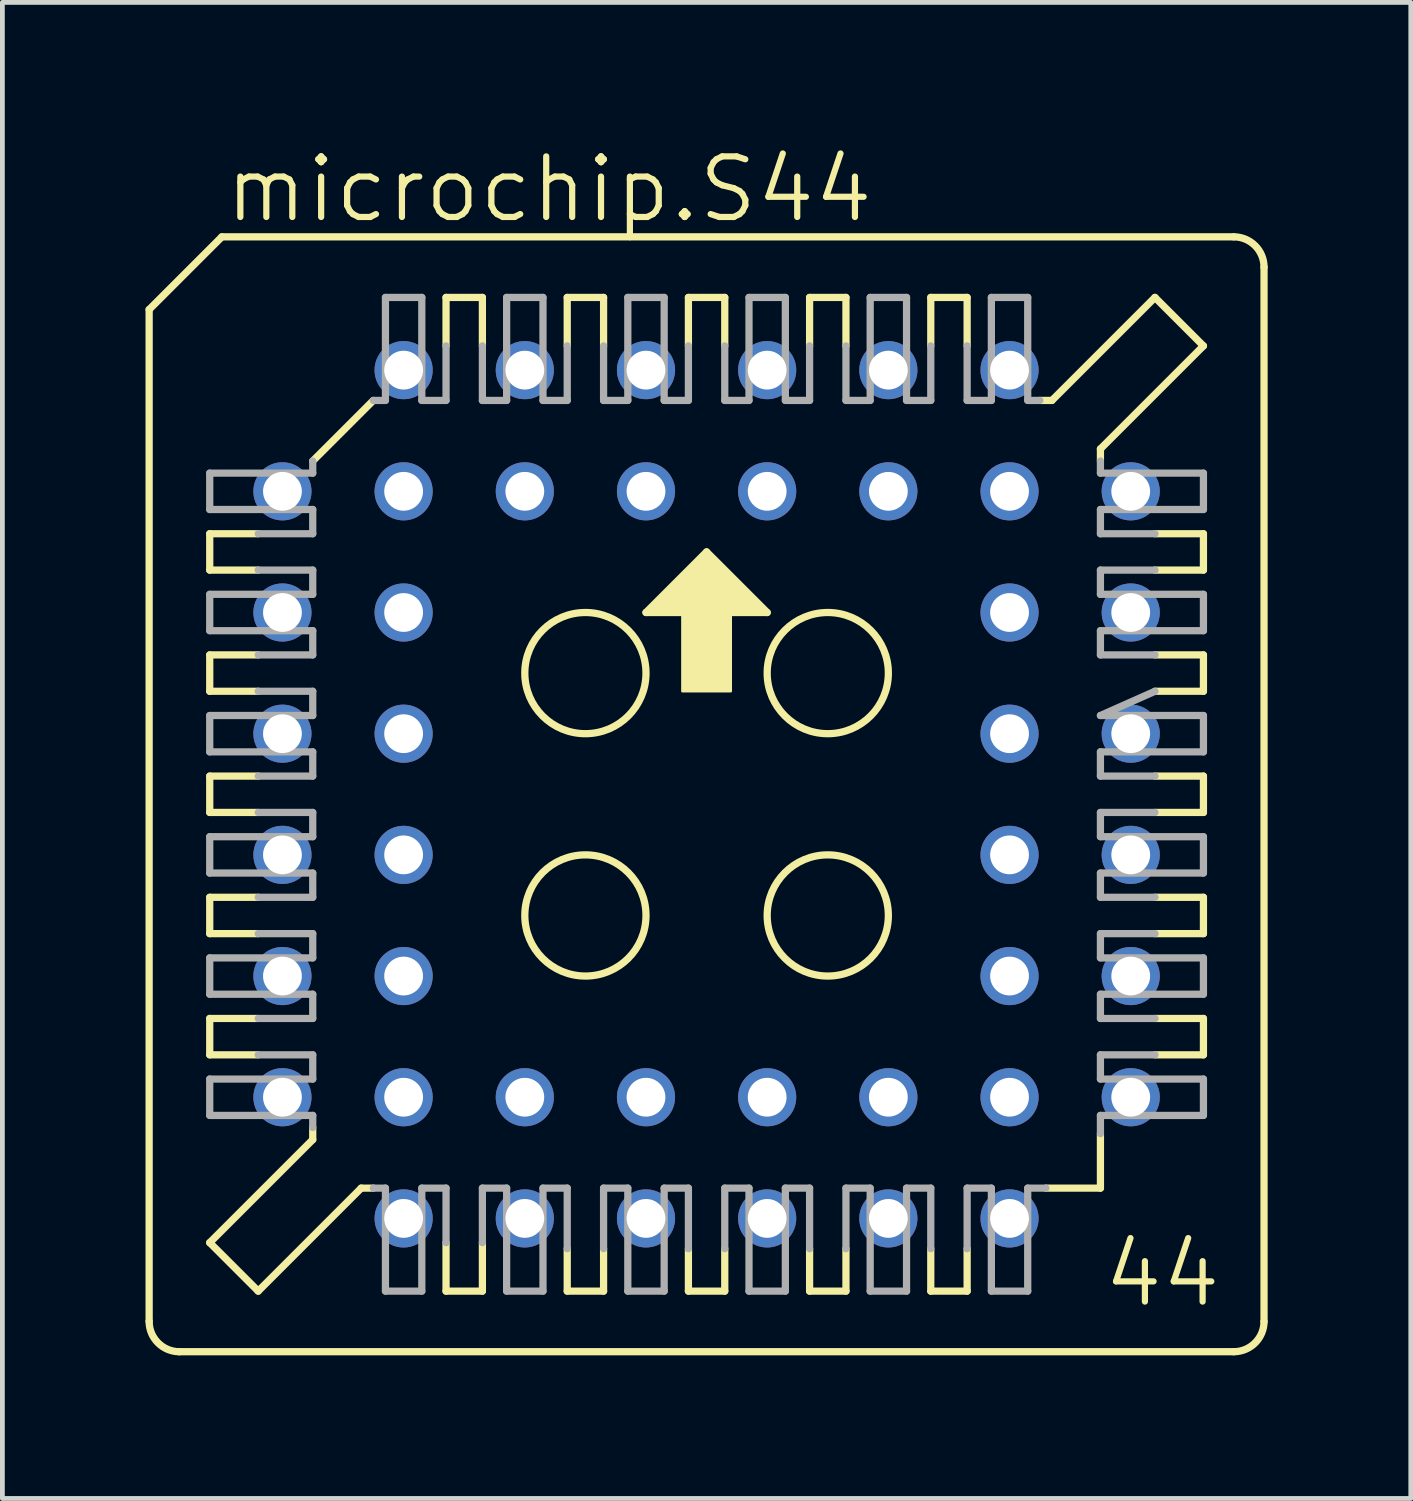
<source format=kicad_pcb>
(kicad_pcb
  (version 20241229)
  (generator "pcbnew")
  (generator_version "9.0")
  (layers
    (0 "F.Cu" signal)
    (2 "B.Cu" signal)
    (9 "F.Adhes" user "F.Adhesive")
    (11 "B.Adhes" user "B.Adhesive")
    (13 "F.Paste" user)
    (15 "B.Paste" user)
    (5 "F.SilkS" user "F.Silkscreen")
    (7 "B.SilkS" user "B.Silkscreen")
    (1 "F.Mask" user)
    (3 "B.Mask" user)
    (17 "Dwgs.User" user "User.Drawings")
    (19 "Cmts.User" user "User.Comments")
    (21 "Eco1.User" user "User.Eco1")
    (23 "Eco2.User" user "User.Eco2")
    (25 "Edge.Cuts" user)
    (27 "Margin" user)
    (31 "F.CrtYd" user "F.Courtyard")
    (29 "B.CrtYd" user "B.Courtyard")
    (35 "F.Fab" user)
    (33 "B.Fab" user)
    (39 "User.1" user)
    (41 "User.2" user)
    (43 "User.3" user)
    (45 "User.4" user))
  (footprint "microchip.S44"
    (layer "F.Cu")
    (at 11.76 13.598)
    (property "Reference" "microchip.S44" (at -10.16 -11.938 0) (layer "F.SilkS") (effects (font (size 1.27 1.27) (thickness 0.13)) (justify left bottom)))
    (attr through_hole)
    (fp_line (start -11.684 -10.16) (end -11.684 11.049) (stroke (width 0.152) (type default)) (layer "F.SilkS"))
    (fp_line (start -10.414 -5.461) (end -10.414 -4.699) (stroke (width 0.152) (type default)) (layer "F.SilkS"))
    (fp_line (start -10.414 -5.461) (end -9.398 -5.461) (stroke (width 0.152) (type default)) (layer "F.SilkS"))
    (fp_line (start -10.414 -2.921) (end -10.414 -2.159) (stroke (width 0.152) (type default)) (layer "F.SilkS"))
    (fp_line (start -10.414 -2.921) (end -9.398 -2.921) (stroke (width 0.152) (type default)) (layer "F.SilkS"))
    (fp_line (start -10.414 0.381) (end -10.414 -0.381) (stroke (width 0.152) (type default)) (layer "F.SilkS"))
    (fp_line (start -10.414 0.381) (end -9.398 0.381) (stroke (width 0.152) (type default)) (layer "F.SilkS"))
    (fp_line (start -10.414 2.921) (end -10.414 2.159) (stroke (width 0.152) (type default)) (layer "F.SilkS"))
    (fp_line (start -10.414 2.921) (end -9.398 2.921) (stroke (width 0.152) (type default)) (layer "F.SilkS"))
    (fp_line (start -10.414 5.461) (end -10.414 4.699) (stroke (width 0.152) (type default)) (layer "F.SilkS"))
    (fp_line (start -10.414 5.461) (end -9.398 5.461) (stroke (width 0.152) (type default)) (layer "F.SilkS"))
    (fp_line (start -10.414 9.398) (end -8.255 7.239) (stroke (width 0.152) (type default)) (layer "F.SilkS"))
    (fp_line (start -10.16 -11.684) (end -11.684 -10.16) (stroke (width 0.152) (type default)) (layer "F.SilkS"))
    (fp_line (start -9.398 -4.699) (end -10.414 -4.699) (stroke (width 0.152) (type default)) (layer "F.SilkS"))
    (fp_line (start -9.398 -2.159) (end -10.414 -2.159) (stroke (width 0.152) (type default)) (layer "F.SilkS"))
    (fp_line (start -9.398 -0.381) (end -10.414 -0.381) (stroke (width 0.152) (type default)) (layer "F.SilkS"))
    (fp_line (start -9.398 2.159) (end -10.414 2.159) (stroke (width 0.152) (type default)) (layer "F.SilkS"))
    (fp_line (start -9.398 4.699) (end -10.414 4.699) (stroke (width 0.152) (type default)) (layer "F.SilkS"))
    (fp_line (start -9.398 10.414) (end -10.414 9.398) (stroke (width 0.152) (type default)) (layer "F.SilkS"))
    (fp_line (start -9.398 10.414) (end -7.239 8.255) (stroke (width 0.152) (type default)) (layer "F.SilkS"))
    (fp_line (start -8.255 -6.985) (end -6.985 -8.255) (stroke (width 0.152) (type default)) (layer "F.SilkS"))
    (fp_line (start -8.255 7.239) (end -8.255 6.985) (stroke (width 0.152) (type default)) (layer "F.SilkS"))
    (fp_line (start -7.239 8.255) (end -6.985 8.255) (stroke (width 0.152) (type default)) (layer "F.SilkS"))
    (fp_line (start -5.461 -9.398) (end -5.461 -10.414) (stroke (width 0.152) (type default)) (layer "F.SilkS"))
    (fp_line (start -5.461 9.398) (end -5.461 10.414) (stroke (width 0.152) (type default)) (layer "F.SilkS"))
    (fp_line (start -5.461 10.414) (end -4.699 10.414) (stroke (width 0.152) (type default)) (layer "F.SilkS"))
    (fp_line (start -4.699 -10.414) (end -5.461 -10.414) (stroke (width 0.152) (type default)) (layer "F.SilkS"))
    (fp_line (start -4.699 -10.414) (end -4.699 -9.398) (stroke (width 0.152) (type default)) (layer "F.SilkS"))
    (fp_line (start -4.699 10.414) (end -4.699 9.398) (stroke (width 0.152) (type default)) (layer "F.SilkS"))
    (fp_line (start -2.921 -9.398) (end -2.921 -10.414) (stroke (width 0.152) (type default)) (layer "F.SilkS"))
    (fp_line (start -2.921 9.525) (end -2.921 10.414) (stroke (width 0.152) (type default)) (layer "F.SilkS"))
    (fp_line (start -2.921 10.414) (end -2.159 10.414) (stroke (width 0.152) (type default)) (layer "F.SilkS"))
    (fp_line (start -2.159 -10.414) (end -2.921 -10.414) (stroke (width 0.152) (type default)) (layer "F.SilkS"))
    (fp_line (start -2.159 -10.414) (end -2.159 -9.398) (stroke (width 0.152) (type default)) (layer "F.SilkS"))
    (fp_line (start -2.159 10.414) (end -2.159 9.525) (stroke (width 0.152) (type default)) (layer "F.SilkS"))
    (fp_line (start -1.27 -3.81) (end 1.27 -3.81) (stroke (width 0.152) (type default)) (layer "F.SilkS"))
    (fp_line (start -0.381 -9.398) (end -0.381 -10.414) (stroke (width 0.152) (type default)) (layer "F.SilkS"))
    (fp_line (start -0.381 9.525) (end -0.381 10.414) (stroke (width 0.152) (type default)) (layer "F.SilkS"))
    (fp_line (start -0.381 10.414) (end 0.381 10.414) (stroke (width 0.152) (type default)) (layer "F.SilkS"))
    (fp_line (start 0 -5.08) (end -1.27 -3.81) (stroke (width 0.152) (type default)) (layer "F.SilkS"))
    (fp_line (start 0.381 -10.414) (end -0.381 -10.414) (stroke (width 0.152) (type default)) (layer "F.SilkS"))
    (fp_line (start 0.381 -10.414) (end 0.381 -9.398) (stroke (width 0.152) (type default)) (layer "F.SilkS"))
    (fp_line (start 0.381 10.414) (end 0.381 9.525) (stroke (width 0.152) (type default)) (layer "F.SilkS"))
    (fp_line (start 1.27 -3.81) (end 0 -5.08) (stroke (width 0.152) (type default)) (layer "F.SilkS"))
    (fp_line (start 2.159 -9.398) (end 2.159 -10.414) (stroke (width 0.152) (type default)) (layer "F.SilkS"))
    (fp_line (start 2.159 9.525) (end 2.159 10.414) (stroke (width 0.152) (type default)) (layer "F.SilkS"))
    (fp_line (start 2.159 10.414) (end 2.921 10.414) (stroke (width 0.152) (type default)) (layer "F.SilkS"))
    (fp_line (start 2.921 -10.414) (end 2.159 -10.414) (stroke (width 0.152) (type default)) (layer "F.SilkS"))
    (fp_line (start 2.921 -10.414) (end 2.921 -9.398) (stroke (width 0.152) (type default)) (layer "F.SilkS"))
    (fp_line (start 2.921 10.414) (end 2.921 9.525) (stroke (width 0.152) (type default)) (layer "F.SilkS"))
    (fp_line (start 4.699 -9.398) (end 4.699 -10.414) (stroke (width 0.152) (type default)) (layer "F.SilkS"))
    (fp_line (start 4.699 9.525) (end 4.699 10.414) (stroke (width 0.152) (type default)) (layer "F.SilkS"))
    (fp_line (start 4.699 10.414) (end 5.461 10.414) (stroke (width 0.152) (type default)) (layer "F.SilkS"))
    (fp_line (start 5.461 -10.414) (end 4.699 -10.414) (stroke (width 0.152) (type default)) (layer "F.SilkS"))
    (fp_line (start 5.461 -10.414) (end 5.461 -9.398) (stroke (width 0.152) (type default)) (layer "F.SilkS"))
    (fp_line (start 5.461 10.414) (end 5.461 9.525) (stroke (width 0.152) (type default)) (layer "F.SilkS"))
    (fp_line (start 7.112 8.255) (end 8.255 8.255) (stroke (width 0.152) (type default)) (layer "F.SilkS"))
    (fp_line (start 7.239 -8.255) (end 6.985 -8.255) (stroke (width 0.152) (type default)) (layer "F.SilkS"))
    (fp_line (start 8.255 -7.239) (end 8.255 -6.985) (stroke (width 0.152) (type default)) (layer "F.SilkS"))
    (fp_line (start 8.255 8.255) (end 8.255 7.112) (stroke (width 0.152) (type default)) (layer "F.SilkS"))
    (fp_line (start 9.398 -10.414) (end 7.239 -8.255) (stroke (width 0.152) (type default)) (layer "F.SilkS"))
    (fp_line (start 9.398 -4.699) (end 10.414 -4.699) (stroke (width 0.152) (type default)) (layer "F.SilkS"))
    (fp_line (start 9.398 -2.159) (end 10.414 -2.159) (stroke (width 0.152) (type default)) (layer "F.SilkS"))
    (fp_line (start 9.398 0.381) (end 10.414 0.381) (stroke (width 0.152) (type default)) (layer "F.SilkS"))
    (fp_line (start 9.398 2.159) (end 10.414 2.159) (stroke (width 0.152) (type default)) (layer "F.SilkS"))
    (fp_line (start 9.398 4.699) (end 10.414 4.699) (stroke (width 0.152) (type default)) (layer "F.SilkS"))
    (fp_line (start 10.414 -9.398) (end 8.255 -7.239) (stroke (width 0.152) (type default)) (layer "F.SilkS"))
    (fp_line (start 10.414 -9.398) (end 9.398 -10.414) (stroke (width 0.152) (type default)) (layer "F.SilkS"))
    (fp_line (start 10.414 -5.461) (end 9.398 -5.461) (stroke (width 0.152) (type default)) (layer "F.SilkS"))
    (fp_line (start 10.414 -5.461) (end 10.414 -4.699) (stroke (width 0.152) (type default)) (layer "F.SilkS"))
    (fp_line (start 10.414 -2.921) (end 9.398 -2.921) (stroke (width 0.152) (type default)) (layer "F.SilkS"))
    (fp_line (start 10.414 -2.921) (end 10.414 -2.159) (stroke (width 0.152) (type default)) (layer "F.SilkS"))
    (fp_line (start 10.414 -0.381) (end 9.398 -0.381) (stroke (width 0.152) (type default)) (layer "F.SilkS"))
    (fp_line (start 10.414 -0.381) (end 10.414 0.381) (stroke (width 0.152) (type default)) (layer "F.SilkS"))
    (fp_line (start 10.414 2.921) (end 9.398 2.921) (stroke (width 0.152) (type default)) (layer "F.SilkS"))
    (fp_line (start 10.414 2.921) (end 10.414 2.159) (stroke (width 0.152) (type default)) (layer "F.SilkS"))
    (fp_line (start 10.414 5.461) (end 9.398 5.461) (stroke (width 0.152) (type default)) (layer "F.SilkS"))
    (fp_line (start 10.414 5.461) (end 10.414 4.699) (stroke (width 0.152) (type default)) (layer "F.SilkS"))
    (fp_line (start 11.049 -11.684) (end -10.16 -11.684) (stroke (width 0.152) (type default)) (layer "F.SilkS"))
    (fp_line (start 11.049 11.684) (end -11.049 11.684) (stroke (width 0.152) (type default)) (layer "F.SilkS"))
    (fp_line (start 11.684 -11.049) (end 11.684 11.049) (stroke (width 0.152) (type default)) (layer "F.SilkS"))
    (fp_rect (start -1.143 -3.81) (end -0.889 -3.937) (stroke (width 0.05) (type default)) (fill yes) (layer "F.SilkS"))
    (fp_rect (start -1.016 -3.937) (end -0.889 -4.064) (stroke (width 0.05) (type default)) (fill yes) (layer "F.SilkS"))
    (fp_rect (start -0.889 -3.81) (end 0.889 -4.191) (stroke (width 0.05) (type default)) (fill yes) (layer "F.SilkS"))
    (fp_rect (start -0.762 -4.191) (end -0.635 -4.318) (stroke (width 0.05) (type default)) (fill yes) (layer "F.SilkS"))
    (fp_rect (start -0.635 -4.191) (end 0.635 -4.445) (stroke (width 0.05) (type default)) (fill yes) (layer "F.SilkS"))
    (fp_rect (start -0.508 -4.445) (end -0.381 -4.572) (stroke (width 0.05) (type default)) (fill yes) (layer "F.SilkS"))
    (fp_rect (start -0.508 -2.159) (end 0.508 -4.064) (stroke (width 0.05) (type default)) (fill yes) (layer "F.SilkS"))
    (fp_rect (start -0.381 -4.445) (end 0.381 -4.699) (stroke (width 0.05) (type default)) (fill yes) (layer "F.SilkS"))
    (fp_rect (start -0.254 -4.699) (end -0.127 -4.826) (stroke (width 0.05) (type default)) (fill yes) (layer "F.SilkS"))
    (fp_rect (start -0.127 -4.699) (end 0.127 -4.953) (stroke (width 0.05) (type default)) (fill yes) (layer "F.SilkS"))
    (fp_rect (start 0.127 -4.699) (end 0.254 -4.826) (stroke (width 0.05) (type default)) (fill yes) (layer "F.SilkS"))
    (fp_rect (start 0.381 -4.445) (end 0.508 -4.572) (stroke (width 0.05) (type default)) (fill yes) (layer "F.SilkS"))
    (fp_rect (start 0.635 -4.191) (end 0.762 -4.318) (stroke (width 0.05) (type default)) (fill yes) (layer "F.SilkS"))
    (fp_rect (start 0.889 -3.937) (end 1.016 -4.064) (stroke (width 0.05) (type default)) (fill yes) (layer "F.SilkS"))
    (fp_rect (start 0.889 -3.81) (end 1.143 -3.937) (stroke (width 0.05) (type default)) (fill yes) (layer "F.SilkS"))
    (fp_arc (start -11.049 11.684) (mid -11.498013 11.498013) (end -11.684 11.049) (stroke (width 0.1524) (type default)) (layer "F.SilkS"))
    (fp_arc (start 11.049 -11.684) (mid 11.498013 -11.498013) (end 11.684 -11.049) (stroke (width 0.1524) (type default)) (layer "F.SilkS"))
    (fp_arc (start 11.684 11.049) (mid 11.498013 11.498013) (end 11.049 11.684) (stroke (width 0.1524) (type default)) (layer "F.SilkS"))
    (fp_circle (center -2.54 -2.54) (end -1.27 -2.54) (stroke (width 0.152) (type default)) (fill no) (layer "F.SilkS"))
    (fp_circle (center -2.54 2.54) (end -1.27 2.54) (stroke (width 0.152) (type default)) (fill no) (layer "F.SilkS"))
    (fp_circle (center 2.54 -2.54) (end 3.81 -2.54) (stroke (width 0.152) (type default)) (fill no) (layer "F.SilkS"))
    (fp_circle (center 2.54 2.54) (end 3.81 2.54) (stroke (width 0.152) (type default)) (fill no) (layer "F.SilkS"))
    (fp_line (start -10.414 -6.731) (end -10.414 -5.969) (stroke (width 0.152) (type default)) (layer "F.Fab"))
    (fp_line (start -10.414 -6.731) (end -8.255 -6.731) (stroke (width 0.152) (type default)) (layer "F.Fab"))
    (fp_line (start -10.414 -4.191) (end -10.414 -3.429) (stroke (width 0.152) (type default)) (layer "F.Fab"))
    (fp_line (start -10.414 -4.191) (end -8.255 -4.191) (stroke (width 0.152) (type default)) (layer "F.Fab"))
    (fp_line (start -10.414 -0.889) (end -10.414 -1.651) (stroke (width 0.152) (type default)) (layer "F.Fab"))
    (fp_line (start -10.414 -0.889) (end -8.255 -0.889) (stroke (width 0.152) (type default)) (layer "F.Fab"))
    (fp_line (start -10.414 1.651) (end -10.414 0.889) (stroke (width 0.152) (type default)) (layer "F.Fab"))
    (fp_line (start -10.414 1.651) (end -8.255 1.651) (stroke (width 0.152) (type default)) (layer "F.Fab"))
    (fp_line (start -10.414 4.191) (end -10.414 3.429) (stroke (width 0.152) (type default)) (layer "F.Fab"))
    (fp_line (start -10.414 4.191) (end -8.255 4.191) (stroke (width 0.152) (type default)) (layer "F.Fab"))
    (fp_line (start -10.414 6.731) (end -10.414 5.969) (stroke (width 0.152) (type default)) (layer "F.Fab"))
    (fp_line (start -10.414 6.731) (end -8.255 6.731) (stroke (width 0.152) (type default)) (layer "F.Fab"))
    (fp_line (start -9.398 -4.699) (end -8.255 -4.699) (stroke (width 0.152) (type default)) (layer "F.Fab"))
    (fp_line (start -9.398 -2.159) (end -8.255 -2.159) (stroke (width 0.152) (type default)) (layer "F.Fab"))
    (fp_line (start -9.398 -0.381) (end -8.255 -0.381) (stroke (width 0.152) (type default)) (layer "F.Fab"))
    (fp_line (start -9.398 2.159) (end -8.255 2.159) (stroke (width 0.152) (type default)) (layer "F.Fab"))
    (fp_line (start -9.398 4.699) (end -8.255 4.699) (stroke (width 0.152) (type default)) (layer "F.Fab"))
    (fp_line (start -8.255 -6.731) (end -8.255 -6.985) (stroke (width 0.152) (type default)) (layer "F.Fab"))
    (fp_line (start -8.255 -5.969) (end -10.414 -5.969) (stroke (width 0.152) (type default)) (layer "F.Fab"))
    (fp_line (start -8.255 -5.969) (end -8.255 -5.461) (stroke (width 0.152) (type default)) (layer "F.Fab"))
    (fp_line (start -8.255 -5.461) (end -9.398 -5.461) (stroke (width 0.152) (type default)) (layer "F.Fab"))
    (fp_line (start -8.255 -4.699) (end -8.255 -4.191) (stroke (width 0.152) (type default)) (layer "F.Fab"))
    (fp_line (start -8.255 -3.429) (end -10.414 -3.429) (stroke (width 0.152) (type default)) (layer "F.Fab"))
    (fp_line (start -8.255 -3.429) (end -8.255 -2.921) (stroke (width 0.152) (type default)) (layer "F.Fab"))
    (fp_line (start -8.255 -2.921) (end -9.398 -2.921) (stroke (width 0.152) (type default)) (layer "F.Fab"))
    (fp_line (start -8.255 -2.159) (end -8.255 -1.651) (stroke (width 0.152) (type default)) (layer "F.Fab"))
    (fp_line (start -8.255 -1.651) (end -10.414 -1.651) (stroke (width 0.152) (type default)) (layer "F.Fab"))
    (fp_line (start -8.255 -0.381) (end -8.255 -0.889) (stroke (width 0.152) (type default)) (layer "F.Fab"))
    (fp_line (start -8.255 0.381) (end -9.398 0.381) (stroke (width 0.152) (type default)) (layer "F.Fab"))
    (fp_line (start -8.255 0.889) (end -10.414 0.889) (stroke (width 0.152) (type default)) (layer "F.Fab"))
    (fp_line (start -8.255 0.889) (end -8.255 0.381) (stroke (width 0.152) (type default)) (layer "F.Fab"))
    (fp_line (start -8.255 2.159) (end -8.255 1.651) (stroke (width 0.152) (type default)) (layer "F.Fab"))
    (fp_line (start -8.255 2.921) (end -9.398 2.921) (stroke (width 0.152) (type default)) (layer "F.Fab"))
    (fp_line (start -8.255 3.429) (end -10.414 3.429) (stroke (width 0.152) (type default)) (layer "F.Fab"))
    (fp_line (start -8.255 3.429) (end -8.255 2.921) (stroke (width 0.152) (type default)) (layer "F.Fab"))
    (fp_line (start -8.255 4.699) (end -8.255 4.191) (stroke (width 0.152) (type default)) (layer "F.Fab"))
    (fp_line (start -8.255 5.461) (end -9.398 5.461) (stroke (width 0.152) (type default)) (layer "F.Fab"))
    (fp_line (start -8.255 5.969) (end -10.414 5.969) (stroke (width 0.152) (type default)) (layer "F.Fab"))
    (fp_line (start -8.255 5.969) (end -8.255 5.461) (stroke (width 0.152) (type default)) (layer "F.Fab"))
    (fp_line (start -8.255 6.985) (end -8.255 6.731) (stroke (width 0.152) (type default)) (layer "F.Fab"))
    (fp_line (start -6.985 -8.255) (end -6.731 -8.255) (stroke (width 0.152) (type default)) (layer "F.Fab"))
    (fp_line (start -6.731 -8.255) (end -6.731 -10.414) (stroke (width 0.152) (type default)) (layer "F.Fab"))
    (fp_line (start -6.731 8.255) (end -6.985 8.255) (stroke (width 0.152) (type default)) (layer "F.Fab"))
    (fp_line (start -6.731 10.414) (end -6.731 8.255) (stroke (width 0.152) (type default)) (layer "F.Fab"))
    (fp_line (start -6.731 10.414) (end -5.969 10.414) (stroke (width 0.152) (type default)) (layer "F.Fab"))
    (fp_line (start -5.969 -10.414) (end -6.731 -10.414) (stroke (width 0.152) (type default)) (layer "F.Fab"))
    (fp_line (start -5.969 -10.414) (end -5.969 -8.255) (stroke (width 0.152) (type default)) (layer "F.Fab"))
    (fp_line (start -5.969 8.255) (end -5.969 10.414) (stroke (width 0.152) (type default)) (layer "F.Fab"))
    (fp_line (start -5.461 -9.398) (end -5.461 -8.255) (stroke (width 0.152) (type default)) (layer "F.Fab"))
    (fp_line (start -5.461 -8.255) (end -5.969 -8.255) (stroke (width 0.152) (type default)) (layer "F.Fab"))
    (fp_line (start -5.461 8.255) (end -5.969 8.255) (stroke (width 0.152) (type default)) (layer "F.Fab"))
    (fp_line (start -5.461 9.398) (end -5.461 8.255) (stroke (width 0.152) (type default)) (layer "F.Fab"))
    (fp_line (start -4.699 -8.255) (end -4.699 -9.398) (stroke (width 0.152) (type default)) (layer "F.Fab"))
    (fp_line (start -4.699 8.255) (end -4.699 9.398) (stroke (width 0.152) (type default)) (layer "F.Fab"))
    (fp_line (start -4.699 8.255) (end -4.191 8.255) (stroke (width 0.152) (type default)) (layer "F.Fab"))
    (fp_line (start -4.191 -8.255) (end -4.699 -8.255) (stroke (width 0.152) (type default)) (layer "F.Fab"))
    (fp_line (start -4.191 -8.255) (end -4.191 -10.414) (stroke (width 0.152) (type default)) (layer "F.Fab"))
    (fp_line (start -4.191 10.414) (end -4.191 8.255) (stroke (width 0.152) (type default)) (layer "F.Fab"))
    (fp_line (start -4.191 10.414) (end -3.429 10.414) (stroke (width 0.152) (type default)) (layer "F.Fab"))
    (fp_line (start -3.429 -10.414) (end -4.191 -10.414) (stroke (width 0.152) (type default)) (layer "F.Fab"))
    (fp_line (start -3.429 -10.414) (end -3.429 -8.255) (stroke (width 0.152) (type default)) (layer "F.Fab"))
    (fp_line (start -3.429 8.255) (end -3.429 10.414) (stroke (width 0.152) (type default)) (layer "F.Fab"))
    (fp_line (start -3.429 8.255) (end -2.921 8.255) (stroke (width 0.152) (type default)) (layer "F.Fab"))
    (fp_line (start -2.921 -9.398) (end -2.921 -8.255) (stroke (width 0.152) (type default)) (layer "F.Fab"))
    (fp_line (start -2.921 -8.255) (end -3.429 -8.255) (stroke (width 0.152) (type default)) (layer "F.Fab"))
    (fp_line (start -2.921 9.525) (end -2.921 8.255) (stroke (width 0.152) (type default)) (layer "F.Fab"))
    (fp_line (start -2.159 -8.255) (end -2.159 -9.398) (stroke (width 0.152) (type default)) (layer "F.Fab"))
    (fp_line (start -2.159 8.255) (end -2.159 9.525) (stroke (width 0.152) (type default)) (layer "F.Fab"))
    (fp_line (start -2.159 8.255) (end -1.651 8.255) (stroke (width 0.152) (type default)) (layer "F.Fab"))
    (fp_line (start -1.651 -8.255) (end -2.159 -8.255) (stroke (width 0.152) (type default)) (layer "F.Fab"))
    (fp_line (start -1.651 -8.255) (end -1.651 -10.414) (stroke (width 0.152) (type default)) (layer "F.Fab"))
    (fp_line (start -1.651 10.414) (end -1.651 8.255) (stroke (width 0.152) (type default)) (layer "F.Fab"))
    (fp_line (start -1.651 10.414) (end -0.889 10.414) (stroke (width 0.152) (type default)) (layer "F.Fab"))
    (fp_line (start -0.889 -10.414) (end -1.651 -10.414) (stroke (width 0.152) (type default)) (layer "F.Fab"))
    (fp_line (start -0.889 -10.414) (end -0.889 -8.255) (stroke (width 0.152) (type default)) (layer "F.Fab"))
    (fp_line (start -0.889 8.255) (end -0.889 10.414) (stroke (width 0.152) (type default)) (layer "F.Fab"))
    (fp_line (start -0.889 8.255) (end -0.381 8.255) (stroke (width 0.152) (type default)) (layer "F.Fab"))
    (fp_line (start -0.381 -9.398) (end -0.381 -8.255) (stroke (width 0.152) (type default)) (layer "F.Fab"))
    (fp_line (start -0.381 -8.255) (end -0.889 -8.255) (stroke (width 0.152) (type default)) (layer "F.Fab"))
    (fp_line (start -0.381 9.525) (end -0.381 8.255) (stroke (width 0.152) (type default)) (layer "F.Fab"))
    (fp_line (start 0.381 -8.255) (end 0.381 -9.398) (stroke (width 0.152) (type default)) (layer "F.Fab"))
    (fp_line (start 0.381 8.255) (end 0.381 9.525) (stroke (width 0.152) (type default)) (layer "F.Fab"))
    (fp_line (start 0.381 8.255) (end 0.889 8.255) (stroke (width 0.152) (type default)) (layer "F.Fab"))
    (fp_line (start 0.889 -8.255) (end 0.381 -8.255) (stroke (width 0.152) (type default)) (layer "F.Fab"))
    (fp_line (start 0.889 -8.255) (end 0.889 -10.414) (stroke (width 0.152) (type default)) (layer "F.Fab"))
    (fp_line (start 0.889 10.414) (end 0.889 8.255) (stroke (width 0.152) (type default)) (layer "F.Fab"))
    (fp_line (start 0.889 10.414) (end 1.651 10.414) (stroke (width 0.152) (type default)) (layer "F.Fab"))
    (fp_line (start 1.651 -10.414) (end 0.889 -10.414) (stroke (width 0.152) (type default)) (layer "F.Fab"))
    (fp_line (start 1.651 -10.414) (end 1.651 -8.255) (stroke (width 0.152) (type default)) (layer "F.Fab"))
    (fp_line (start 1.651 8.255) (end 1.651 10.414) (stroke (width 0.152) (type default)) (layer "F.Fab"))
    (fp_line (start 1.651 8.255) (end 2.159 8.255) (stroke (width 0.152) (type default)) (layer "F.Fab"))
    (fp_line (start 2.159 -9.398) (end 2.159 -8.255) (stroke (width 0.152) (type default)) (layer "F.Fab"))
    (fp_line (start 2.159 -8.255) (end 1.651 -8.255) (stroke (width 0.152) (type default)) (layer "F.Fab"))
    (fp_line (start 2.159 9.525) (end 2.159 8.255) (stroke (width 0.152) (type default)) (layer "F.Fab"))
    (fp_line (start 2.921 -8.255) (end 2.921 -9.398) (stroke (width 0.152) (type default)) (layer "F.Fab"))
    (fp_line (start 2.921 8.255) (end 2.921 9.525) (stroke (width 0.152) (type default)) (layer "F.Fab"))
    (fp_line (start 2.921 8.255) (end 3.429 8.255) (stroke (width 0.152) (type default)) (layer "F.Fab"))
    (fp_line (start 3.429 -8.255) (end 2.921 -8.255) (stroke (width 0.152) (type default)) (layer "F.Fab"))
    (fp_line (start 3.429 -8.255) (end 3.429 -10.414) (stroke (width 0.152) (type default)) (layer "F.Fab"))
    (fp_line (start 3.429 10.414) (end 3.429 8.255) (stroke (width 0.152) (type default)) (layer "F.Fab"))
    (fp_line (start 3.429 10.414) (end 4.191 10.414) (stroke (width 0.152) (type default)) (layer "F.Fab"))
    (fp_line (start 4.191 -10.414) (end 3.429 -10.414) (stroke (width 0.152) (type default)) (layer "F.Fab"))
    (fp_line (start 4.191 -10.414) (end 4.191 -8.255) (stroke (width 0.152) (type default)) (layer "F.Fab"))
    (fp_line (start 4.191 8.255) (end 4.191 10.414) (stroke (width 0.152) (type default)) (layer "F.Fab"))
    (fp_line (start 4.191 8.255) (end 4.699 8.255) (stroke (width 0.152) (type default)) (layer "F.Fab"))
    (fp_line (start 4.699 -9.398) (end 4.699 -8.255) (stroke (width 0.152) (type default)) (layer "F.Fab"))
    (fp_line (start 4.699 -8.255) (end 4.191 -8.255) (stroke (width 0.152) (type default)) (layer "F.Fab"))
    (fp_line (start 4.699 9.525) (end 4.699 8.255) (stroke (width 0.152) (type default)) (layer "F.Fab"))
    (fp_line (start 5.461 -8.255) (end 5.461 -9.398) (stroke (width 0.152) (type default)) (layer "F.Fab"))
    (fp_line (start 5.461 8.255) (end 5.461 9.525) (stroke (width 0.152) (type default)) (layer "F.Fab"))
    (fp_line (start 5.461 8.255) (end 5.969 8.255) (stroke (width 0.152) (type default)) (layer "F.Fab"))
    (fp_line (start 5.969 -8.255) (end 5.461 -8.255) (stroke (width 0.152) (type default)) (layer "F.Fab"))
    (fp_line (start 5.969 -8.255) (end 5.969 -10.414) (stroke (width 0.152) (type default)) (layer "F.Fab"))
    (fp_line (start 5.969 10.414) (end 5.969 8.255) (stroke (width 0.152) (type default)) (layer "F.Fab"))
    (fp_line (start 5.969 10.414) (end 6.731 10.414) (stroke (width 0.152) (type default)) (layer "F.Fab"))
    (fp_line (start 6.731 -10.414) (end 5.969 -10.414) (stroke (width 0.152) (type default)) (layer "F.Fab"))
    (fp_line (start 6.731 -10.414) (end 6.731 -8.255) (stroke (width 0.152) (type default)) (layer "F.Fab"))
    (fp_line (start 6.731 -8.255) (end 6.985 -8.255) (stroke (width 0.152) (type default)) (layer "F.Fab"))
    (fp_line (start 6.731 8.255) (end 6.731 10.414) (stroke (width 0.152) (type default)) (layer "F.Fab"))
    (fp_line (start 7.112 8.255) (end 6.731 8.255) (stroke (width 0.152) (type default)) (layer "F.Fab"))
    (fp_line (start 8.255 -6.731) (end 8.255 -6.985) (stroke (width 0.152) (type default)) (layer "F.Fab"))
    (fp_line (start 8.255 -5.969) (end 8.255 -5.461) (stroke (width 0.152) (type default)) (layer "F.Fab"))
    (fp_line (start 8.255 -5.969) (end 10.414 -5.969) (stroke (width 0.152) (type default)) (layer "F.Fab"))
    (fp_line (start 8.255 -5.461) (end 9.398 -5.461) (stroke (width 0.152) (type default)) (layer "F.Fab"))
    (fp_line (start 8.255 -4.699) (end 8.255 -4.191) (stroke (width 0.152) (type default)) (layer "F.Fab"))
    (fp_line (start 8.255 -3.429) (end 8.255 -2.921) (stroke (width 0.152) (type default)) (layer "F.Fab"))
    (fp_line (start 8.255 -3.429) (end 10.414 -3.429) (stroke (width 0.152) (type default)) (layer "F.Fab"))
    (fp_line (start 8.255 -2.921) (end 9.398 -2.921) (stroke (width 0.152) (type default)) (layer "F.Fab"))
    (fp_line (start 8.255 -0.889) (end 8.255 -0.381) (stroke (width 0.152) (type default)) (layer "F.Fab"))
    (fp_line (start 8.255 -0.889) (end 10.414 -0.889) (stroke (width 0.152) (type default)) (layer "F.Fab"))
    (fp_line (start 8.255 -0.381) (end 9.398 -0.381) (stroke (width 0.152) (type default)) (layer "F.Fab"))
    (fp_line (start 8.255 0.381) (end 8.255 0.889) (stroke (width 0.152) (type default)) (layer "F.Fab"))
    (fp_line (start 8.255 1.651) (end 8.255 2.159) (stroke (width 0.152) (type default)) (layer "F.Fab"))
    (fp_line (start 8.255 1.651) (end 10.414 1.651) (stroke (width 0.152) (type default)) (layer "F.Fab"))
    (fp_line (start 8.255 2.159) (end 9.398 2.159) (stroke (width 0.152) (type default)) (layer "F.Fab"))
    (fp_line (start 8.255 2.921) (end 9.398 2.921) (stroke (width 0.152) (type default)) (layer "F.Fab"))
    (fp_line (start 8.255 3.429) (end 8.255 2.921) (stroke (width 0.152) (type default)) (layer "F.Fab"))
    (fp_line (start 8.255 3.429) (end 10.414 3.429) (stroke (width 0.152) (type default)) (layer "F.Fab"))
    (fp_line (start 8.255 4.699) (end 8.255 4.191) (stroke (width 0.152) (type default)) (layer "F.Fab"))
    (fp_line (start 8.255 5.461) (end 9.398 5.461) (stroke (width 0.152) (type default)) (layer "F.Fab"))
    (fp_line (start 8.255 5.969) (end 8.255 5.461) (stroke (width 0.152) (type default)) (layer "F.Fab"))
    (fp_line (start 8.255 5.969) (end 10.414 5.969) (stroke (width 0.152) (type default)) (layer "F.Fab"))
    (fp_line (start 8.255 6.731) (end 8.255 7.112) (stroke (width 0.152) (type default)) (layer "F.Fab"))
    (fp_line (start 9.398 -4.699) (end 8.255 -4.699) (stroke (width 0.152) (type default)) (layer "F.Fab"))
    (fp_line (start 9.398 -2.159) (end 8.255 -1.651) (stroke (width 0.152) (type default)) (layer "F.Fab"))
    (fp_line (start 9.398 0.381) (end 8.255 0.381) (stroke (width 0.152) (type default)) (layer "F.Fab"))
    (fp_line (start 9.398 4.699) (end 8.255 4.699) (stroke (width 0.152) (type default)) (layer "F.Fab"))
    (fp_line (start 10.414 -6.731) (end 8.255 -6.731) (stroke (width 0.152) (type default)) (layer "F.Fab"))
    (fp_line (start 10.414 -6.731) (end 10.414 -5.969) (stroke (width 0.152) (type default)) (layer "F.Fab"))
    (fp_line (start 10.414 -4.191) (end 8.255 -4.191) (stroke (width 0.152) (type default)) (layer "F.Fab"))
    (fp_line (start 10.414 -4.191) (end 10.414 -3.429) (stroke (width 0.152) (type default)) (layer "F.Fab"))
    (fp_line (start 10.414 -1.651) (end 8.255 -1.651) (stroke (width 0.152) (type default)) (layer "F.Fab"))
    (fp_line (start 10.414 -1.651) (end 10.414 -0.889) (stroke (width 0.152) (type default)) (layer "F.Fab"))
    (fp_line (start 10.414 0.889) (end 8.255 0.889) (stroke (width 0.152) (type default)) (layer "F.Fab"))
    (fp_line (start 10.414 0.889) (end 10.414 1.651) (stroke (width 0.152) (type default)) (layer "F.Fab"))
    (fp_line (start 10.414 4.191) (end 8.255 4.191) (stroke (width 0.152) (type default)) (layer "F.Fab"))
    (fp_line (start 10.414 4.191) (end 10.414 3.429) (stroke (width 0.152) (type default)) (layer "F.Fab"))
    (fp_line (start 10.414 6.731) (end 8.255 6.731) (stroke (width 0.152) (type default)) (layer "F.Fab"))
    (fp_line (start 10.414 6.731) (end 10.414 5.969) (stroke (width 0.152) (type default)) (layer "F.Fab"))
    (fp_text user "44" (at 8.255 10.795 0) (layer "F.SilkS") (effects (font (size 1.27 1.27) (thickness 0.13)) (justify left bottom)))
    (pad "1" thru_hole circle (at 1.27 -6.35) (size 1.219 1.219) (drill 0.813) (layers "*.Cu" "*.Mask"))
    (pad "2" thru_hole circle (at -1.27 -8.89) (size 1.219 1.219) (drill 0.813) (layers "*.Cu" "*.Mask"))
    (pad "3" thru_hole circle (at -1.27 -6.35) (size 1.219 1.219) (drill 0.813) (layers "*.Cu" "*.Mask"))
    (pad "4" thru_hole circle (at -3.81 -8.89) (size 1.219 1.219) (drill 0.813) (layers "*.Cu" "*.Mask"))
    (pad "5" thru_hole circle (at -3.81 -6.35) (size 1.219 1.219) (drill 0.813) (layers "*.Cu" "*.Mask"))
    (pad "6" thru_hole circle (at -6.35 -8.89) (size 1.219 1.219) (drill 0.813) (layers "*.Cu" "*.Mask"))
    (pad "7" thru_hole circle (at -8.89 -6.35) (size 1.219 1.219) (drill 0.813) (layers "*.Cu" "*.Mask"))
    (pad "8" thru_hole circle (at -6.35 -6.35) (size 1.219 1.219) (drill 0.813) (layers "*.Cu" "*.Mask"))
    (pad "9" thru_hole circle (at -8.89 -3.81) (size 1.219 1.219) (drill 0.813) (layers "*.Cu" "*.Mask"))
    (pad "10" thru_hole circle (at -6.35 -3.81) (size 1.219 1.219) (drill 0.813) (layers "*.Cu" "*.Mask"))
    (pad "11" thru_hole circle (at -8.89 -1.27) (size 1.219 1.219) (drill 0.813) (layers "*.Cu" "*.Mask"))
    (pad "12" thru_hole circle (at -6.35 -1.27) (size 1.219 1.219) (drill 0.813) (layers "*.Cu" "*.Mask"))
    (pad "13" thru_hole circle (at -8.89 1.27) (size 1.219 1.219) (drill 0.813) (layers "*.Cu" "*.Mask"))
    (pad "14" thru_hole circle (at -6.35 1.27) (size 1.219 1.219) (drill 0.813) (layers "*.Cu" "*.Mask"))
    (pad "15" thru_hole circle (at -8.89 3.81) (size 1.219 1.219) (drill 0.813) (layers "*.Cu" "*.Mask"))
    (pad "16" thru_hole circle (at -6.35 3.81) (size 1.219 1.219) (drill 0.813) (layers "*.Cu" "*.Mask"))
    (pad "17" thru_hole circle (at -8.89 6.35) (size 1.219 1.219) (drill 0.813) (layers "*.Cu" "*.Mask"))
    (pad "18" thru_hole circle (at -6.35 8.89) (size 1.219 1.219) (drill 0.813) (layers "*.Cu" "*.Mask"))
    (pad "19" thru_hole circle (at -6.35 6.35) (size 1.219 1.219) (drill 0.813) (layers "*.Cu" "*.Mask"))
    (pad "20" thru_hole circle (at -3.81 8.89) (size 1.219 1.219) (drill 0.813) (layers "*.Cu" "*.Mask"))
    (pad "21" thru_hole circle (at -3.81 6.35) (size 1.219 1.219) (drill 0.813) (layers "*.Cu" "*.Mask"))
    (pad "22" thru_hole circle (at -1.27 8.89) (size 1.219 1.219) (drill 0.813) (layers "*.Cu" "*.Mask"))
    (pad "23" thru_hole circle (at -1.27 6.35) (size 1.219 1.219) (drill 0.813) (layers "*.Cu" "*.Mask"))
    (pad "24" thru_hole circle (at 1.27 8.89) (size 1.219 1.219) (drill 0.813) (layers "*.Cu" "*.Mask"))
    (pad "25" thru_hole circle (at 1.27 6.35) (size 1.219 1.219) (drill 0.813) (layers "*.Cu" "*.Mask"))
    (pad "26" thru_hole circle (at 3.81 8.89) (size 1.219 1.219) (drill 0.813) (layers "*.Cu" "*.Mask"))
    (pad "27" thru_hole circle (at 3.81 6.35) (size 1.219 1.219) (drill 0.813) (layers "*.Cu" "*.Mask"))
    (pad "28" thru_hole circle (at 6.35 8.89) (size 1.219 1.219) (drill 0.813) (layers "*.Cu" "*.Mask"))
    (pad "29" thru_hole circle (at 8.89 6.35) (size 1.219 1.219) (drill 0.813) (layers "*.Cu" "*.Mask"))
    (pad "30" thru_hole circle (at 6.35 6.35) (size 1.219 1.219) (drill 0.813) (layers "*.Cu" "*.Mask"))
    (pad "31" thru_hole circle (at 8.89 3.81) (size 1.219 1.219) (drill 0.813) (layers "*.Cu" "*.Mask"))
    (pad "32" thru_hole circle (at 6.35 3.81) (size 1.219 1.219) (drill 0.813) (layers "*.Cu" "*.Mask"))
    (pad "33" thru_hole circle (at 8.89 1.27) (size 1.219 1.219) (drill 0.813) (layers "*.Cu" "*.Mask"))
    (pad "34" thru_hole circle (at 6.35 1.27) (size 1.219 1.219) (drill 0.813) (layers "*.Cu" "*.Mask"))
    (pad "35" thru_hole circle (at 8.89 -1.27) (size 1.219 1.219) (drill 0.813) (layers "*.Cu" "*.Mask"))
    (pad "36" thru_hole circle (at 6.35 -1.27) (size 1.219 1.219) (drill 0.813) (layers "*.Cu" "*.Mask"))
    (pad "37" thru_hole circle (at 8.89 -3.81) (size 1.219 1.219) (drill 0.813) (layers "*.Cu" "*.Mask"))
    (pad "38" thru_hole circle (at 6.35 -3.81) (size 1.219 1.219) (drill 0.813) (layers "*.Cu" "*.Mask"))
    (pad "39" thru_hole circle (at 8.89 -6.35) (size 1.219 1.219) (drill 0.813) (layers "*.Cu" "*.Mask"))
    (pad "40" thru_hole circle (at 6.35 -8.89) (size 1.219 1.219) (drill 0.813) (layers "*.Cu" "*.Mask"))
    (pad "41" thru_hole circle (at 6.35 -6.35) (size 1.219 1.219) (drill 0.813) (layers "*.Cu" "*.Mask"))
    (pad "42" thru_hole circle (at 3.81 -8.89) (size 1.219 1.219) (drill 0.813) (layers "*.Cu" "*.Mask"))
    (pad "43" thru_hole circle (at 3.81 -6.35) (size 1.219 1.219) (drill 0.813) (layers "*.Cu" "*.Mask"))
    (pad "44" thru_hole circle (at 1.27 -8.89) (size 1.219 1.219) (drill 0.813) (layers "*.Cu" "*.Mask")))
  (gr_rect
    (start -3 -3)
    (end 26.52 28.358)
    (stroke (width 0.1) (type default))
    (fill no)
    (layer "Edge.Cuts")))
</source>
